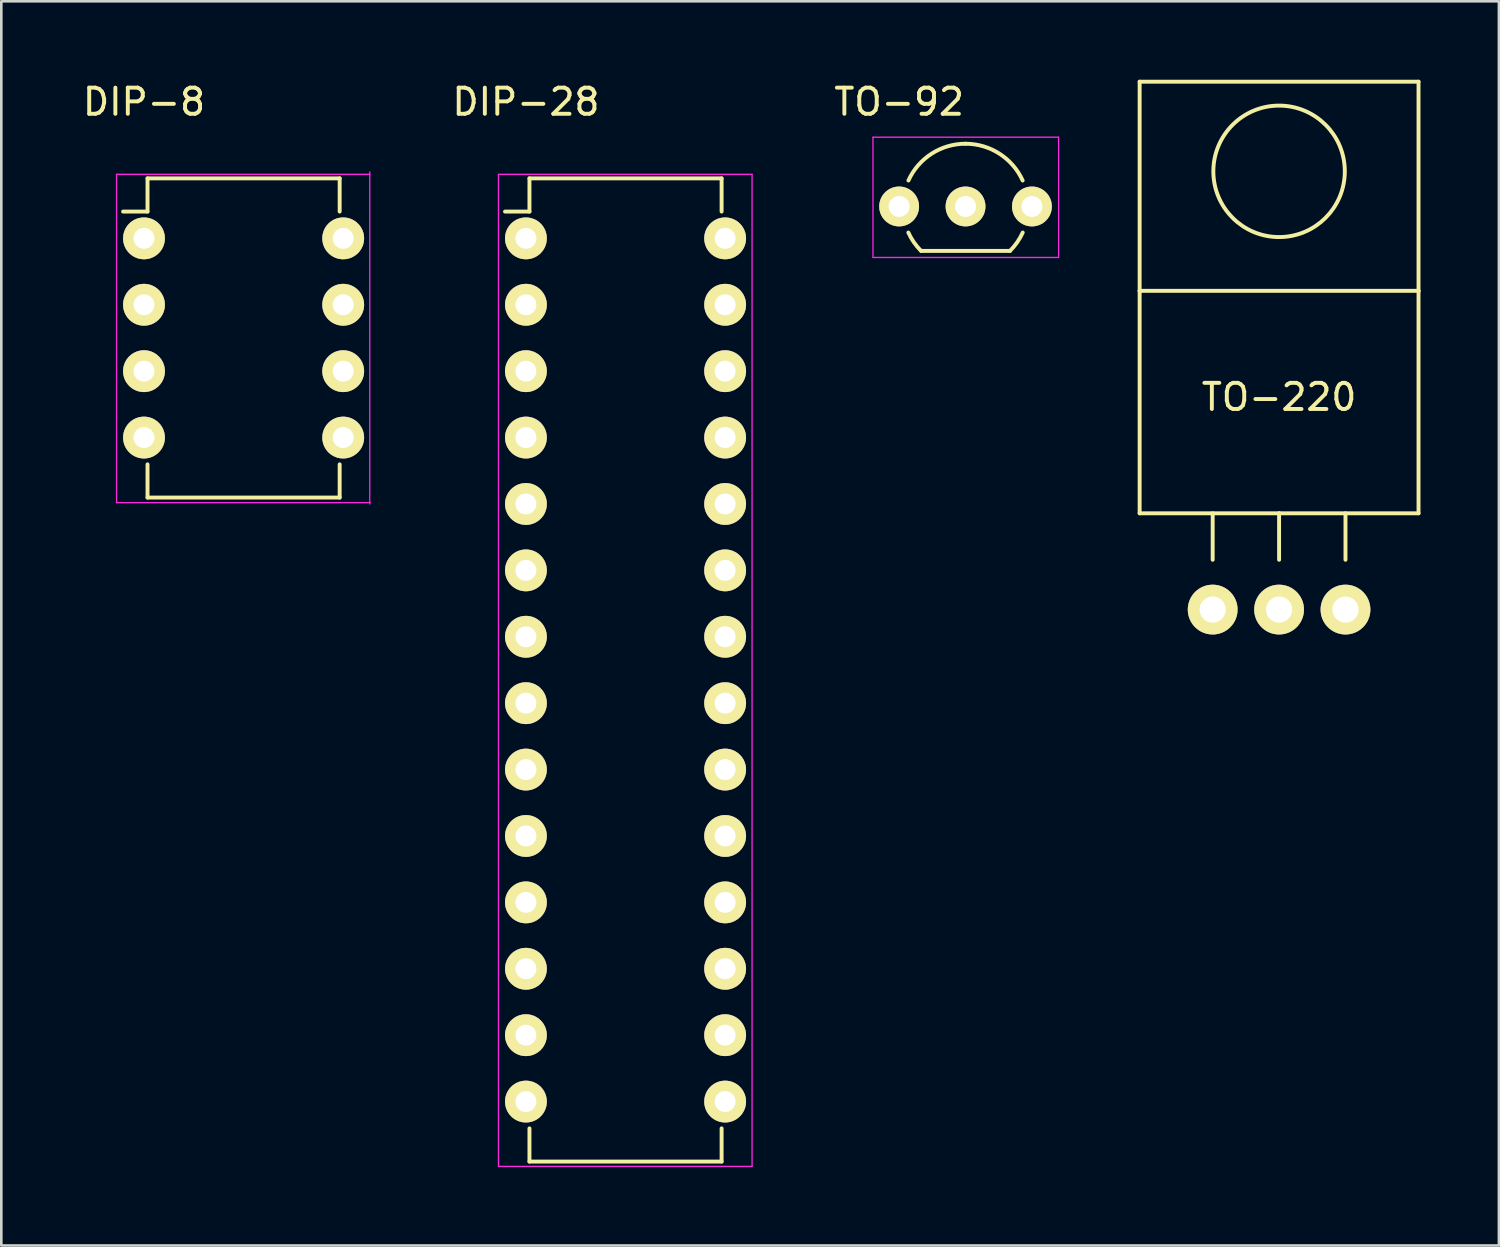
<source format=kicad_pcb>
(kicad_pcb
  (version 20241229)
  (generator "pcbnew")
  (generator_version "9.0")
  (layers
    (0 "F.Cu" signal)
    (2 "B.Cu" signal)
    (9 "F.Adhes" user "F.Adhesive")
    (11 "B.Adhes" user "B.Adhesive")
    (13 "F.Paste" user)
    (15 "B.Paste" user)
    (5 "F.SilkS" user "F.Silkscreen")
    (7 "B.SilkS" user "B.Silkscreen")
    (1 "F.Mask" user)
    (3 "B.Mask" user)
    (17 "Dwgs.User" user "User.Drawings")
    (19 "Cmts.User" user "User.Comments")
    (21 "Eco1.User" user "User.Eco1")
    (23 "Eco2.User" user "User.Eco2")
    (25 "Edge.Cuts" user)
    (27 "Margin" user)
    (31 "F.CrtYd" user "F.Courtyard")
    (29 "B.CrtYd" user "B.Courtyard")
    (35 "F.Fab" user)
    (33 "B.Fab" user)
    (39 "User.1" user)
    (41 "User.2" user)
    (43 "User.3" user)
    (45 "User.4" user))
  (footprint "DIP-8"
    (layer "F.Cu")
    (at 2.458 6.068)
    (property "Reference" "DIP-8" (at 0 -5.22 0) (layer "F.SilkS") (effects (font (size 1 1) (thickness 0.15))))
    (attr through_hole)
    (fp_line (start 0.135 -2.295) (end 0.135 -1.025) (stroke (width 0.15) (type solid)) (layer "F.SilkS"))
    (fp_line (start 0.135 -2.295) (end 7.485 -2.295) (stroke (width 0.15) (type solid)) (layer "F.SilkS"))
    (fp_line (start 0.135 -1.025) (end -0.8 -1.025) (stroke (width 0.15) (type solid)) (layer "F.SilkS"))
    (fp_line (start 0.135 9.915) (end 0.135 8.645) (stroke (width 0.15) (type solid)) (layer "F.SilkS"))
    (fp_line (start 0.135 9.915) (end 7.485 9.915) (stroke (width 0.15) (type solid)) (layer "F.SilkS"))
    (fp_line (start 7.485 -2.295) (end 7.485 -1.025) (stroke (width 0.15) (type solid)) (layer "F.SilkS"))
    (fp_line (start 7.485 9.915) (end 7.485 8.645) (stroke (width 0.15) (type solid)) (layer "F.SilkS"))
    (fp_line (start -1.05 -2.45) (end -1.05 10.11) (stroke (width 0.05) (type solid)) (layer "F.CrtYd"))
    (fp_line (start -1.05 -2.45) (end 8.65 -2.45) (stroke (width 0.05) (type solid)) (layer "F.CrtYd"))
    (fp_line (start -1.05 10.11) (end 8.65 10.11) (stroke (width 0.05) (type solid)) (layer "F.CrtYd"))
    (fp_line (start 8.636 -2.54) (end 8.636 10.16) (stroke (width 0.05) (type solid)) (layer "F.CrtYd"))
    (pad "1" thru_hole oval (at 0 0) (size 1.6 1.6) (drill 0.8) (layers "*.Cu" "*.Mask" "F.SilkS"))
    (pad "2" thru_hole oval (at 0 2.54) (size 1.6 1.6) (drill 0.8) (layers "*.Cu" "*.Mask" "F.SilkS"))
    (pad "3" thru_hole oval (at 0 5.08) (size 1.6 1.6) (drill 0.8) (layers "*.Cu" "*.Mask" "F.SilkS"))
    (pad "4" thru_hole oval (at 0 7.62) (size 1.6 1.6) (drill 0.8) (layers "*.Cu" "*.Mask" "F.SilkS"))
    (pad "5" thru_hole oval (at 7.62 7.62) (size 1.6 1.6) (drill 0.8) (layers "*.Cu" "*.Mask" "F.SilkS"))
    (pad "6" thru_hole oval (at 7.62 5.08) (size 1.6 1.6) (drill 0.8) (layers "*.Cu" "*.Mask" "F.SilkS"))
    (pad "7" thru_hole oval (at 7.62 2.54) (size 1.6 1.6) (drill 0.8) (layers "*.Cu" "*.Mask" "F.SilkS"))
    (pad "8" thru_hole oval (at 7.62 0) (size 1.6 1.6) (drill 0.8) (layers "*.Cu" "*.Mask" "F.SilkS")))
  (footprint "DIP-28"
    (layer "F.Cu")
    (at 17.068 6.068)
    (property "Reference" "DIP-28" (at 0 -5.22 0) (layer "F.SilkS") (effects (font (size 1 1) (thickness 0.15))))
    (attr through_hole)
    (fp_line (start 0.135 -2.295) (end 0.135 -1.025) (stroke (width 0.15) (type solid)) (layer "F.SilkS"))
    (fp_line (start 0.135 -2.295) (end 7.485 -2.295) (stroke (width 0.15) (type solid)) (layer "F.SilkS"))
    (fp_line (start 0.135 -1.025) (end -0.8 -1.025) (stroke (width 0.15) (type solid)) (layer "F.SilkS"))
    (fp_line (start 0.135 35.315) (end 0.135 34.045) (stroke (width 0.15) (type solid)) (layer "F.SilkS"))
    (fp_line (start 0.135 35.315) (end 7.485 35.315) (stroke (width 0.15) (type solid)) (layer "F.SilkS"))
    (fp_line (start 7.485 -2.295) (end 7.485 -1.025) (stroke (width 0.15) (type solid)) (layer "F.SilkS"))
    (fp_line (start 7.485 35.315) (end 7.485 34.045) (stroke (width 0.15) (type solid)) (layer "F.SilkS"))
    (fp_line (start -1.05 -2.45) (end -1.05 35.5) (stroke (width 0.05) (type solid)) (layer "F.CrtYd"))
    (fp_line (start -1.05 -2.45) (end 8.65 -2.45) (stroke (width 0.05) (type solid)) (layer "F.CrtYd"))
    (fp_line (start -1.05 35.5) (end 8.65 35.5) (stroke (width 0.05) (type solid)) (layer "F.CrtYd"))
    (fp_line (start 8.65 -2.45) (end 8.65 35.5) (stroke (width 0.05) (type solid)) (layer "F.CrtYd"))
    (pad "1" thru_hole oval (at 0 0) (size 1.6 1.6) (drill 0.8) (layers "*.Cu" "*.Mask" "F.SilkS"))
    (pad "2" thru_hole oval (at 0 2.54) (size 1.6 1.6) (drill 0.8) (layers "*.Cu" "*.Mask" "F.SilkS"))
    (pad "3" thru_hole oval (at 0 5.08) (size 1.6 1.6) (drill 0.8) (layers "*.Cu" "*.Mask" "F.SilkS"))
    (pad "4" thru_hole oval (at 0 7.62) (size 1.6 1.6) (drill 0.8) (layers "*.Cu" "*.Mask" "F.SilkS"))
    (pad "5" thru_hole oval (at 0 10.16) (size 1.6 1.6) (drill 0.8) (layers "*.Cu" "*.Mask" "F.SilkS"))
    (pad "6" thru_hole oval (at 0 12.7) (size 1.6 1.6) (drill 0.8) (layers "*.Cu" "*.Mask" "F.SilkS"))
    (pad "7" thru_hole oval (at 0 15.24) (size 1.6 1.6) (drill 0.8) (layers "*.Cu" "*.Mask" "F.SilkS"))
    (pad "8" thru_hole oval (at 0 17.78) (size 1.6 1.6) (drill 0.8) (layers "*.Cu" "*.Mask" "F.SilkS"))
    (pad "9" thru_hole oval (at 0 20.32) (size 1.6 1.6) (drill 0.8) (layers "*.Cu" "*.Mask" "F.SilkS"))
    (pad "10" thru_hole oval (at 0 22.86) (size 1.6 1.6) (drill 0.8) (layers "*.Cu" "*.Mask" "F.SilkS"))
    (pad "11" thru_hole oval (at 0 25.4) (size 1.6 1.6) (drill 0.8) (layers "*.Cu" "*.Mask" "F.SilkS"))
    (pad "12" thru_hole oval (at 0 27.94) (size 1.6 1.6) (drill 0.8) (layers "*.Cu" "*.Mask" "F.SilkS"))
    (pad "13" thru_hole oval (at 0 30.48) (size 1.6 1.6) (drill 0.8) (layers "*.Cu" "*.Mask" "F.SilkS"))
    (pad "14" thru_hole oval (at 0 33.02) (size 1.6 1.6) (drill 0.8) (layers "*.Cu" "*.Mask" "F.SilkS"))
    (pad "15" thru_hole oval (at 7.62 33.02) (size 1.6 1.6) (drill 0.8) (layers "*.Cu" "*.Mask" "F.SilkS"))
    (pad "16" thru_hole oval (at 7.62 30.48) (size 1.6 1.6) (drill 0.8) (layers "*.Cu" "*.Mask" "F.SilkS"))
    (pad "17" thru_hole oval (at 7.62 27.94) (size 1.6 1.6) (drill 0.8) (layers "*.Cu" "*.Mask" "F.SilkS"))
    (pad "18" thru_hole oval (at 7.62 25.4) (size 1.6 1.6) (drill 0.8) (layers "*.Cu" "*.Mask" "F.SilkS"))
    (pad "19" thru_hole oval (at 7.62 22.86) (size 1.6 1.6) (drill 0.8) (layers "*.Cu" "*.Mask" "F.SilkS"))
    (pad "20" thru_hole oval (at 7.62 20.32) (size 1.6 1.6) (drill 0.8) (layers "*.Cu" "*.Mask" "F.SilkS"))
    (pad "21" thru_hole oval (at 7.62 17.78) (size 1.6 1.6) (drill 0.8) (layers "*.Cu" "*.Mask" "F.SilkS"))
    (pad "22" thru_hole oval (at 7.62 15.24) (size 1.6 1.6) (drill 0.8) (layers "*.Cu" "*.Mask" "F.SilkS"))
    (pad "23" thru_hole oval (at 7.62 12.7) (size 1.6 1.6) (drill 0.8) (layers "*.Cu" "*.Mask" "F.SilkS"))
    (pad "24" thru_hole oval (at 7.62 10.16) (size 1.6 1.6) (drill 0.8) (layers "*.Cu" "*.Mask" "F.SilkS"))
    (pad "25" thru_hole oval (at 7.62 7.62) (size 1.6 1.6) (drill 0.8) (layers "*.Cu" "*.Mask" "F.SilkS"))
    (pad "26" thru_hole oval (at 7.62 5.08) (size 1.6 1.6) (drill 0.8) (layers "*.Cu" "*.Mask" "F.SilkS"))
    (pad "27" thru_hole oval (at 7.62 2.54) (size 1.6 1.6) (drill 0.8) (layers "*.Cu" "*.Mask" "F.SilkS"))
    (pad "28" thru_hole oval (at 7.62 0) (size 1.6 1.6) (drill 0.8) (layers "*.Cu" "*.Mask" "F.SilkS")))
  (footprint "TO-92"
    (layer "F.Cu")
    (at 31.344 4.848)
    (property "Reference" "TO-92" (at 0 -4 180) (layer "F.SilkS") (effects (font (size 1 1) (thickness 0.15))))
    (attr through_hole)
    (fp_line (start 0.84 1.7) (end 4.24 1.7) (stroke (width 0.15) (type solid)) (layer "F.SilkS"))
    (fp_arc (start 0.355121 -0.993127) (mid 1.240675 -2.017858) (end 2.54 -2.4) (stroke (width 0.15) (type solid)) (layer "F.SilkS"))
    (fp_arc (start 0.84 1.7) (mid 0.564627 1.370365) (end 0.352305 0.99699) (stroke (width 0.15) (type solid)) (layer "F.SilkS"))
    (fp_arc (start 2.54 -2.4) (mid 3.839326 -2.017858) (end 4.724879 -0.993127) (stroke (width 0.15) (type solid)) (layer "F.SilkS"))
    (fp_arc (start 4.727695 0.99699) (mid 4.515373 1.370365) (end 4.24 1.7) (stroke (width 0.15) (type solid)) (layer "F.SilkS"))
    (fp_line (start -1 -2.65) (end 6.1 -2.65) (stroke (width 0.05) (type solid)) (layer "F.CrtYd"))
    (fp_line (start -1 1.95) (end -1 -2.65) (stroke (width 0.05) (type solid)) (layer "F.CrtYd"))
    (fp_line (start -1 1.95) (end 6.1 1.95) (stroke (width 0.05) (type solid)) (layer "F.CrtYd"))
    (fp_line (start 6.1 1.95) (end 6.1 -2.65) (stroke (width 0.05) (type solid)) (layer "F.CrtYd"))
    (pad "1" thru_hole circle (at 0 0 90) (size 1.524 1.524) (drill 0.8) (layers "*.Cu" "*.Mask" "F.SilkS"))
    (pad "2" thru_hole circle (at 2.54 0 90) (size 1.524 1.524) (drill 0.8) (layers "*.Cu" "*.Mask" "F.SilkS"))
    (pad "3" thru_hole circle (at 5.08 0 90) (size 1.524 1.524) (drill 0.8) (layers "*.Cu" "*.Mask" "F.SilkS")))
  (footprint "TO-220"
    (layer "F.Cu")
    (at 45.878 20.268)
    (property "Reference" "TO-220" (at 0 -8.128 0) (layer "F.SilkS") (effects (font (size 1 1) (thickness 0.15))))
    (attr through_hole)
    (fp_line (start -5.334 -20.193) (end -5.334 -12.192) (stroke (width 0.15) (type solid)) (layer "F.SilkS"))
    (fp_line (start -5.334 -12.192) (end -5.334 -3.683) (stroke (width 0.15) (type solid)) (layer "F.SilkS"))
    (fp_line (start -2.54 -3.683) (end -2.54 -1.905) (stroke (width 0.15) (type solid)) (layer "F.SilkS"))
    (fp_line (start 0 -3.683) (end -5.334 -3.683) (stroke (width 0.15) (type solid)) (layer "F.SilkS"))
    (fp_line (start 0 -3.683) (end 0 -1.905) (stroke (width 0.15) (type solid)) (layer "F.SilkS"))
    (fp_line (start 0 -3.683) (end 5.334 -3.683) (stroke (width 0.15) (type solid)) (layer "F.SilkS"))
    (fp_line (start 2.54 -3.683) (end 2.54 -1.905) (stroke (width 0.15) (type solid)) (layer "F.SilkS"))
    (fp_line (start 5.334 -20.193) (end -5.334 -20.193) (stroke (width 0.15) (type solid)) (layer "F.SilkS"))
    (fp_line (start 5.334 -12.192) (end -5.334 -12.192) (stroke (width 0.15) (type solid)) (layer "F.SilkS"))
    (fp_line (start 5.334 -12.192) (end 5.334 -20.193) (stroke (width 0.15) (type solid)) (layer "F.SilkS"))
    (fp_line (start 5.334 -3.683) (end 5.334 -12.192) (stroke (width 0.15) (type solid)) (layer "F.SilkS"))
    (fp_circle (center 0 -16.764) (end 1.778 -14.986) (stroke (width 0.15) (type solid)) (fill no) (layer "F.SilkS"))
    (pad "1" thru_hole circle (at -2.54 0 90) (size 1.905 1.905) (drill 1.001) (layers "*.Cu" "*.Mask" "F.SilkS"))
    (pad "2" thru_hole circle (at 0 0 90) (size 1.905 1.905) (drill 1.001) (layers "*.Cu" "*.Mask" "F.SilkS"))
    (pad "3" thru_hole circle (at 2.54 0 90) (size 1.905 1.905) (drill 1.001) (layers "*.Cu" "*.Mask" "F.SilkS")))
  (gr_rect
    (start -3 -3)
    (end 54.287 44.593)
    (stroke (width 0.1) (type default))
    (fill no)
    (layer "Edge.Cuts")))
</source>
